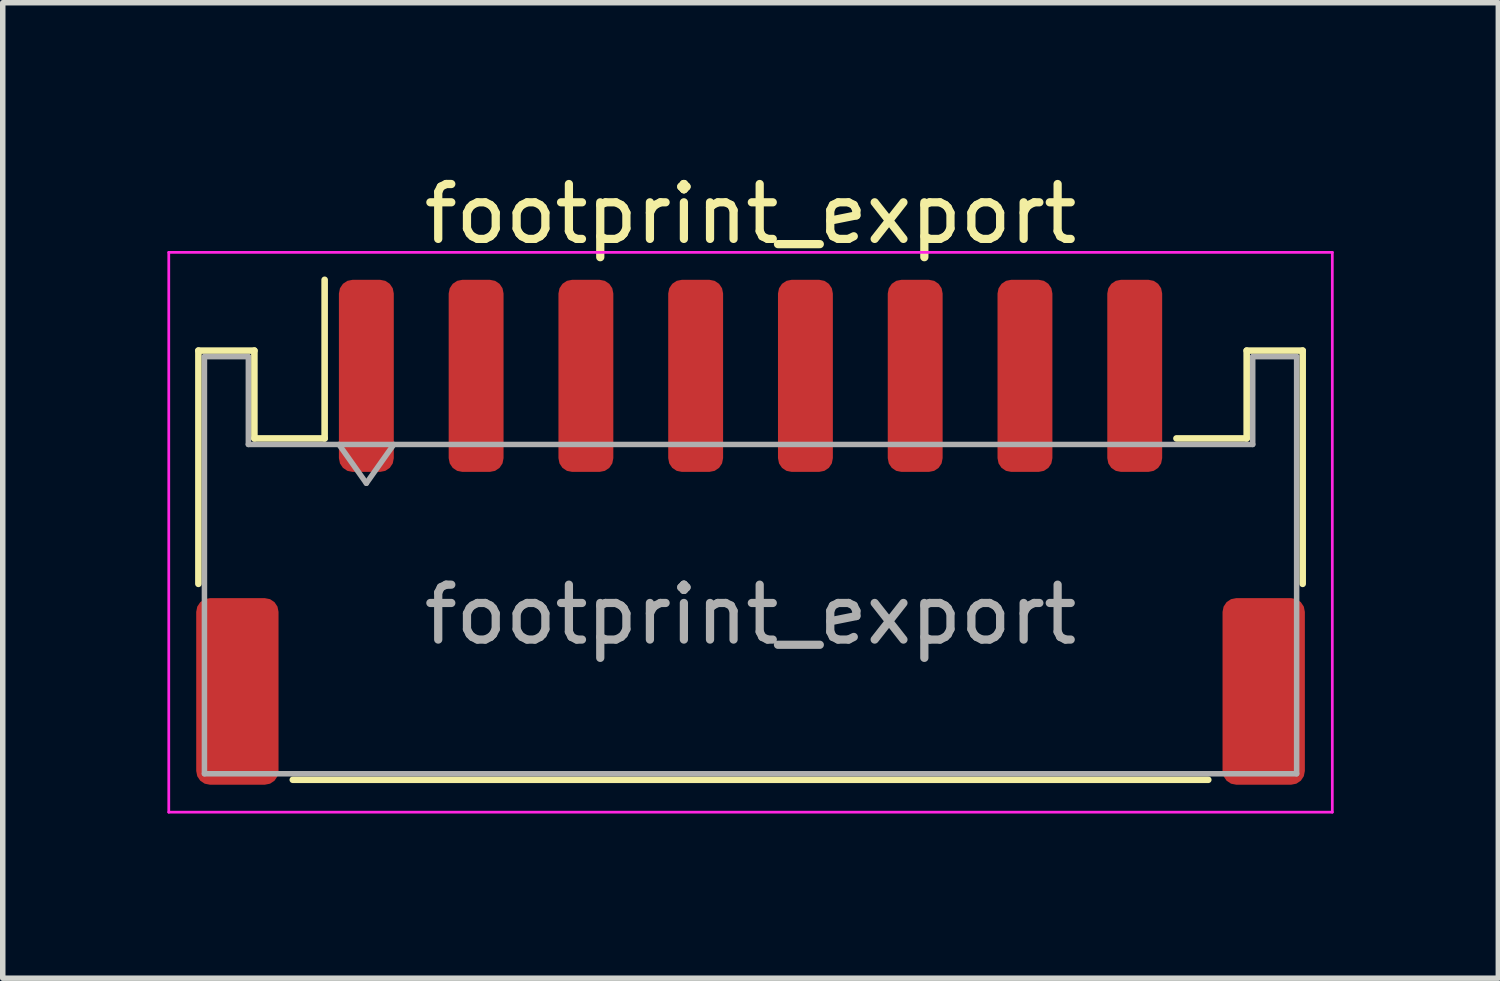
<source format=kicad_pcb>
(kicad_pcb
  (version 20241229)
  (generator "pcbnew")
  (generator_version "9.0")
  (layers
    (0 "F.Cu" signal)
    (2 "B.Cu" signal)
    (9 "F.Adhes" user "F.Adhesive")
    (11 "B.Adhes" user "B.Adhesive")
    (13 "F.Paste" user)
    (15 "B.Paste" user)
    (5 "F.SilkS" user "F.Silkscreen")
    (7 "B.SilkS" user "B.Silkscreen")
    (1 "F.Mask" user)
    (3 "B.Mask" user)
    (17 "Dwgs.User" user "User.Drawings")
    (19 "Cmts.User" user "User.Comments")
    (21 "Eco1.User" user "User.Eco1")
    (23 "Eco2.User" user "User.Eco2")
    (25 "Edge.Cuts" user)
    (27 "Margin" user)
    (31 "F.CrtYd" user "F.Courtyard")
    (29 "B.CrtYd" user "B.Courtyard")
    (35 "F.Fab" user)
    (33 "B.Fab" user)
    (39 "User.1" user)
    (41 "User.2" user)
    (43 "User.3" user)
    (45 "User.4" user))
  (footprint "footprint_export"
    (layer "F.Cu")
    (at 10.625 6.648)
    (property "Reference" "footprint_export" (at 0 -5.8 0) (layer "F.SilkS") (effects (font (size 1 1) (thickness 0.15))))
    (attr smd)
    (fp_line (start -10.06 -3.31) (end -9.04 -3.31) (stroke (width 0.12) (type solid)) (layer "F.SilkS"))
    (fp_line (start -10.06 0.94) (end -10.06 -3.31) (stroke (width 0.12) (type solid)) (layer "F.SilkS"))
    (fp_line (start -9.04 -3.31) (end -9.04 -1.71) (stroke (width 0.12) (type solid)) (layer "F.SilkS"))
    (fp_line (start -9.04 -1.71) (end -7.76 -1.71) (stroke (width 0.12) (type solid)) (layer "F.SilkS"))
    (fp_line (start -8.34 4.51) (end 8.34 4.51) (stroke (width 0.12) (type solid)) (layer "F.SilkS"))
    (fp_line (start -7.76 -1.71) (end -7.76 -4.6) (stroke (width 0.12) (type solid)) (layer "F.SilkS"))
    (fp_line (start 9.04 -3.31) (end 9.04 -1.71) (stroke (width 0.12) (type solid)) (layer "F.SilkS"))
    (fp_line (start 9.04 -1.71) (end 7.76 -1.71) (stroke (width 0.12) (type solid)) (layer "F.SilkS"))
    (fp_line (start 10.06 -3.31) (end 9.04 -3.31) (stroke (width 0.12) (type solid)) (layer "F.SilkS"))
    (fp_line (start 10.06 0.94) (end 10.06 -3.31) (stroke (width 0.12) (type solid)) (layer "F.SilkS"))
    (fp_line (start -10.6 -5.1) (end -10.6 5.1) (stroke (width 0.05) (type solid)) (layer "F.CrtYd"))
    (fp_line (start -10.6 5.1) (end 10.6 5.1) (stroke (width 0.05) (type solid)) (layer "F.CrtYd"))
    (fp_line (start 10.6 -5.1) (end -10.6 -5.1) (stroke (width 0.05) (type solid)) (layer "F.CrtYd"))
    (fp_line (start 10.6 5.1) (end 10.6 -5.1) (stroke (width 0.05) (type solid)) (layer "F.CrtYd"))
    (fp_line (start -9.95 -3.2) (end -9.95 4.4) (stroke (width 0.1) (type solid)) (layer "F.Fab"))
    (fp_line (start -9.95 -3.2) (end -9.15 -3.2) (stroke (width 0.1) (type solid)) (layer "F.Fab"))
    (fp_line (start -9.95 4.4) (end 9.95 4.4) (stroke (width 0.1) (type solid)) (layer "F.Fab"))
    (fp_line (start -9.15 -3.2) (end -9.15 -1.6) (stroke (width 0.1) (type solid)) (layer "F.Fab"))
    (fp_line (start -9.15 -1.6) (end 9.15 -1.6) (stroke (width 0.1) (type solid)) (layer "F.Fab"))
    (fp_line (start -7.5 -1.6) (end -7 -0.893) (stroke (width 0.1) (type solid)) (layer "F.Fab"))
    (fp_line (start -7 -0.893) (end -6.5 -1.6) (stroke (width 0.1) (type solid)) (layer "F.Fab"))
    (fp_line (start 9.15 -3.2) (end 9.95 -3.2) (stroke (width 0.1) (type solid)) (layer "F.Fab"))
    (fp_line (start 9.15 -1.6) (end 9.15 -3.2) (stroke (width 0.1) (type solid)) (layer "F.Fab"))
    (fp_line (start 9.95 -3.2) (end 9.95 4.4) (stroke (width 0.1) (type solid)) (layer "F.Fab"))
    (fp_text user "${REFERENCE}" (at 0 1.5 0) (layer "F.Fab") (effects (font (size 1 1) (thickness 0.15))))
    (pad "1" smd roundrect (at -7 -2.85) (size 1 3.5) (layers "F.Cu" "F.Mask" "F.Paste") (roundrect_rratio 0.25))
    (pad "2" smd roundrect (at -5 -2.85) (size 1 3.5) (layers "F.Cu" "F.Mask" "F.Paste") (roundrect_rratio 0.25))
    (pad "3" smd roundrect (at -3 -2.85) (size 1 3.5) (layers "F.Cu" "F.Mask" "F.Paste") (roundrect_rratio 0.25))
    (pad "4" smd roundrect (at -1 -2.85) (size 1 3.5) (layers "F.Cu" "F.Mask" "F.Paste") (roundrect_rratio 0.25))
    (pad "5" smd roundrect (at 1 -2.85) (size 1 3.5) (layers "F.Cu" "F.Mask" "F.Paste") (roundrect_rratio 0.25))
    (pad "6" smd roundrect (at 3 -2.85) (size 1 3.5) (layers "F.Cu" "F.Mask" "F.Paste") (roundrect_rratio 0.25))
    (pad "7" smd roundrect (at 5 -2.85) (size 1 3.5) (layers "F.Cu" "F.Mask" "F.Paste") (roundrect_rratio 0.25))
    (pad "8" smd roundrect (at 7 -2.85) (size 1 3.5) (layers "F.Cu" "F.Mask" "F.Paste") (roundrect_rratio 0.25))
    (pad "MP" smd roundrect (at -9.35 2.9) (size 1.5 3.4) (layers "F.Cu" "F.Mask" "F.Paste") (roundrect_rratio 0.167))
    (pad "MP" smd roundrect (at 9.35 2.9) (size 1.5 3.4) (layers "F.Cu" "F.Mask" "F.Paste") (roundrect_rratio 0.167)))
  (gr_rect
    (start -3 -3)
    (end 24.25 14.773)
    (stroke (width 0.1) (type default))
    (fill no)
    (layer "Edge.Cuts")))
</source>
